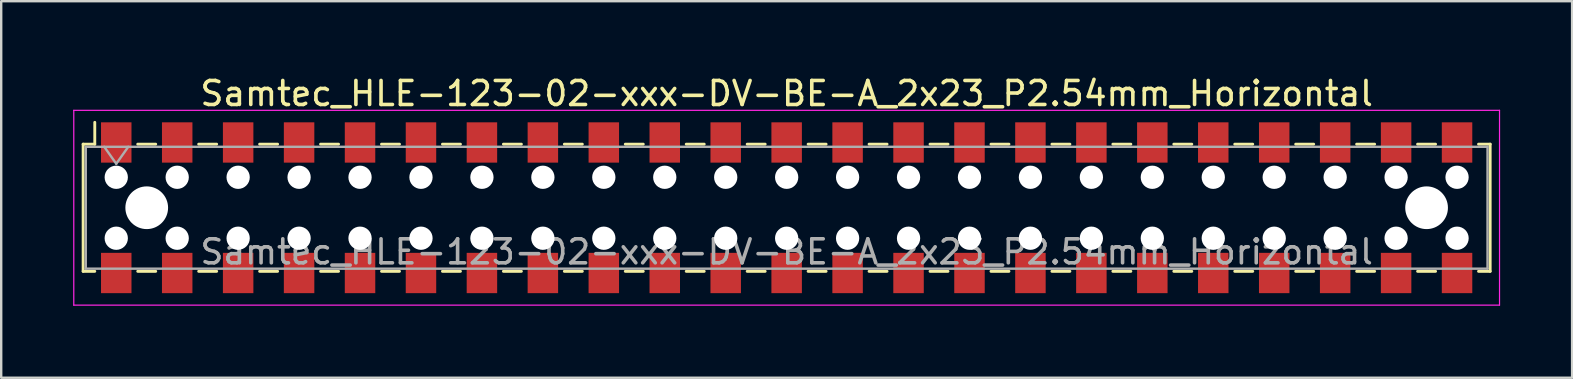
<source format=kicad_pcb>
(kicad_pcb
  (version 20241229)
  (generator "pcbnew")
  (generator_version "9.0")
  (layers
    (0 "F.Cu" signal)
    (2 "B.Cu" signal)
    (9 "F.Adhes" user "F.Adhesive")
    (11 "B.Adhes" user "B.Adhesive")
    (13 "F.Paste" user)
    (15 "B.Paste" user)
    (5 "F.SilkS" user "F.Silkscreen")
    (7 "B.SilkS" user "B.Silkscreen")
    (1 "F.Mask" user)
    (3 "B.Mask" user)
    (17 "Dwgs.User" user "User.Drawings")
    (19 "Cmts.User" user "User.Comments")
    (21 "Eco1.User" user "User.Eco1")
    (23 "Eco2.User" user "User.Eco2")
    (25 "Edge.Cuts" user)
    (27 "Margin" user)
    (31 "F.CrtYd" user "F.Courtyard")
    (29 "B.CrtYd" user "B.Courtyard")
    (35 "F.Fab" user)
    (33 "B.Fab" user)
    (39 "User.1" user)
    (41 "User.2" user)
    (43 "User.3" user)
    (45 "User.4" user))
  (footprint "Samtec_HLE-123-02-xxx-DV-BE-A_2x23_P2.54mm_Horizontal"
    (layer "F.Cu")
    (at 29.735 5.608)
    (property "Reference" "Samtec_HLE-123-02-xxx-DV-BE-A_2x23_P2.54mm_Horizontal" (at 0 -4.76 0) (layer "F.SilkS") (effects (font (size 1 1) (thickness 0.15))))
    (attr smd)
    (fp_line (start -29.32 -2.65) (end -29.32 2.65) (stroke (width 0.12) (type solid)) (layer "F.SilkS"))
    (fp_line (start -29.32 2.65) (end -28.835 2.65) (stroke (width 0.12) (type solid)) (layer "F.SilkS"))
    (fp_line (start -28.835 -3.56) (end -28.835 -2.65) (stroke (width 0.12) (type solid)) (layer "F.SilkS"))
    (fp_line (start -28.835 -2.65) (end -29.32 -2.65) (stroke (width 0.12) (type solid)) (layer "F.SilkS"))
    (fp_line (start -27.045 -2.65) (end -26.295 -2.65) (stroke (width 0.12) (type solid)) (layer "F.SilkS"))
    (fp_line (start -27.045 2.65) (end -26.295 2.65) (stroke (width 0.12) (type solid)) (layer "F.SilkS"))
    (fp_line (start -24.505 -2.65) (end -23.755 -2.65) (stroke (width 0.12) (type solid)) (layer "F.SilkS"))
    (fp_line (start -24.505 2.65) (end -23.755 2.65) (stroke (width 0.12) (type solid)) (layer "F.SilkS"))
    (fp_line (start -21.965 -2.65) (end -21.215 -2.65) (stroke (width 0.12) (type solid)) (layer "F.SilkS"))
    (fp_line (start -21.965 2.65) (end -21.215 2.65) (stroke (width 0.12) (type solid)) (layer "F.SilkS"))
    (fp_line (start -19.425 -2.65) (end -18.675 -2.65) (stroke (width 0.12) (type solid)) (layer "F.SilkS"))
    (fp_line (start -19.425 2.65) (end -18.675 2.65) (stroke (width 0.12) (type solid)) (layer "F.SilkS"))
    (fp_line (start -16.885 -2.65) (end -16.135 -2.65) (stroke (width 0.12) (type solid)) (layer "F.SilkS"))
    (fp_line (start -16.885 2.65) (end -16.135 2.65) (stroke (width 0.12) (type solid)) (layer "F.SilkS"))
    (fp_line (start -14.345 -2.65) (end -13.595 -2.65) (stroke (width 0.12) (type solid)) (layer "F.SilkS"))
    (fp_line (start -14.345 2.65) (end -13.595 2.65) (stroke (width 0.12) (type solid)) (layer "F.SilkS"))
    (fp_line (start -11.805 -2.65) (end -11.055 -2.65) (stroke (width 0.12) (type solid)) (layer "F.SilkS"))
    (fp_line (start -11.805 2.65) (end -11.055 2.65) (stroke (width 0.12) (type solid)) (layer "F.SilkS"))
    (fp_line (start -9.265 -2.65) (end -8.515 -2.65) (stroke (width 0.12) (type solid)) (layer "F.SilkS"))
    (fp_line (start -9.265 2.65) (end -8.515 2.65) (stroke (width 0.12) (type solid)) (layer "F.SilkS"))
    (fp_line (start -6.725 -2.65) (end -5.975 -2.65) (stroke (width 0.12) (type solid)) (layer "F.SilkS"))
    (fp_line (start -6.725 2.65) (end -5.975 2.65) (stroke (width 0.12) (type solid)) (layer "F.SilkS"))
    (fp_line (start -4.185 -2.65) (end -3.435 -2.65) (stroke (width 0.12) (type solid)) (layer "F.SilkS"))
    (fp_line (start -4.185 2.65) (end -3.435 2.65) (stroke (width 0.12) (type solid)) (layer "F.SilkS"))
    (fp_line (start -1.645 -2.65) (end -0.895 -2.65) (stroke (width 0.12) (type solid)) (layer "F.SilkS"))
    (fp_line (start -1.645 2.65) (end -0.895 2.65) (stroke (width 0.12) (type solid)) (layer "F.SilkS"))
    (fp_line (start 0.895 -2.65) (end 1.645 -2.65) (stroke (width 0.12) (type solid)) (layer "F.SilkS"))
    (fp_line (start 0.895 2.65) (end 1.645 2.65) (stroke (width 0.12) (type solid)) (layer "F.SilkS"))
    (fp_line (start 3.435 -2.65) (end 4.185 -2.65) (stroke (width 0.12) (type solid)) (layer "F.SilkS"))
    (fp_line (start 3.435 2.65) (end 4.185 2.65) (stroke (width 0.12) (type solid)) (layer "F.SilkS"))
    (fp_line (start 5.975 -2.65) (end 6.725 -2.65) (stroke (width 0.12) (type solid)) (layer "F.SilkS"))
    (fp_line (start 5.975 2.65) (end 6.725 2.65) (stroke (width 0.12) (type solid)) (layer "F.SilkS"))
    (fp_line (start 8.515 -2.65) (end 9.265 -2.65) (stroke (width 0.12) (type solid)) (layer "F.SilkS"))
    (fp_line (start 8.515 2.65) (end 9.265 2.65) (stroke (width 0.12) (type solid)) (layer "F.SilkS"))
    (fp_line (start 11.055 -2.65) (end 11.805 -2.65) (stroke (width 0.12) (type solid)) (layer "F.SilkS"))
    (fp_line (start 11.055 2.65) (end 11.805 2.65) (stroke (width 0.12) (type solid)) (layer "F.SilkS"))
    (fp_line (start 13.595 -2.65) (end 14.345 -2.65) (stroke (width 0.12) (type solid)) (layer "F.SilkS"))
    (fp_line (start 13.595 2.65) (end 14.345 2.65) (stroke (width 0.12) (type solid)) (layer "F.SilkS"))
    (fp_line (start 16.135 -2.65) (end 16.885 -2.65) (stroke (width 0.12) (type solid)) (layer "F.SilkS"))
    (fp_line (start 16.135 2.65) (end 16.885 2.65) (stroke (width 0.12) (type solid)) (layer "F.SilkS"))
    (fp_line (start 18.675 -2.65) (end 19.425 -2.65) (stroke (width 0.12) (type solid)) (layer "F.SilkS"))
    (fp_line (start 18.675 2.65) (end 19.425 2.65) (stroke (width 0.12) (type solid)) (layer "F.SilkS"))
    (fp_line (start 21.215 -2.65) (end 21.965 -2.65) (stroke (width 0.12) (type solid)) (layer "F.SilkS"))
    (fp_line (start 21.215 2.65) (end 21.965 2.65) (stroke (width 0.12) (type solid)) (layer "F.SilkS"))
    (fp_line (start 23.755 -2.65) (end 24.505 -2.65) (stroke (width 0.12) (type solid)) (layer "F.SilkS"))
    (fp_line (start 23.755 2.65) (end 24.505 2.65) (stroke (width 0.12) (type solid)) (layer "F.SilkS"))
    (fp_line (start 26.295 -2.65) (end 27.045 -2.65) (stroke (width 0.12) (type solid)) (layer "F.SilkS"))
    (fp_line (start 26.295 2.65) (end 27.045 2.65) (stroke (width 0.12) (type solid)) (layer "F.SilkS"))
    (fp_line (start 28.835 -2.65) (end 29.32 -2.65) (stroke (width 0.12) (type solid)) (layer "F.SilkS"))
    (fp_line (start 29.32 -2.65) (end 29.32 2.65) (stroke (width 0.12) (type solid)) (layer "F.SilkS"))
    (fp_line (start 29.32 2.65) (end 28.835 2.65) (stroke (width 0.12) (type solid)) (layer "F.SilkS"))
    (fp_line (start -29.71 -4.06) (end 29.71 -4.06) (stroke (width 0.05) (type solid)) (layer "F.CrtYd"))
    (fp_line (start -29.71 4.06) (end -29.71 -4.06) (stroke (width 0.05) (type solid)) (layer "F.CrtYd"))
    (fp_line (start 29.71 -4.06) (end 29.71 4.06) (stroke (width 0.05) (type solid)) (layer "F.CrtYd"))
    (fp_line (start 29.71 4.06) (end -29.71 4.06) (stroke (width 0.05) (type solid)) (layer "F.CrtYd"))
    (fp_line (start -29.21 -2.54) (end 29.21 -2.54) (stroke (width 0.1) (type solid)) (layer "F.Fab"))
    (fp_line (start -29.21 2.54) (end -29.21 -2.54) (stroke (width 0.1) (type solid)) (layer "F.Fab"))
    (fp_line (start -28.44 -2.54) (end -27.94 -1.833) (stroke (width 0.1) (type solid)) (layer "F.Fab"))
    (fp_line (start -27.94 -1.833) (end -27.44 -2.54) (stroke (width 0.1) (type solid)) (layer "F.Fab"))
    (fp_line (start 29.21 -2.54) (end 29.21 2.54) (stroke (width 0.1) (type solid)) (layer "F.Fab"))
    (fp_line (start 29.21 2.54) (end -29.21 2.54) (stroke (width 0.1) (type solid)) (layer "F.Fab"))
    (fp_text user "${REFERENCE}" (at 0 1.84 0) (layer "F.Fab") (effects (font (size 1 1) (thickness 0.15))))
    (pad "" np_thru_hole circle (at -27.94 -1.27) (size 0.97 0.97) (drill 0.97) (layers "*.Cu" "*.Mask"))
    (pad "" np_thru_hole circle (at -27.94 1.27) (size 0.97 0.97) (drill 0.97) (layers "*.Cu" "*.Mask"))
    (pad "" np_thru_hole circle (at -26.67 0) (size 1.78 1.78) (drill 1.78) (layers "*.Cu" "*.Mask"))
    (pad "" np_thru_hole circle (at -25.4 -1.27) (size 0.97 0.97) (drill 0.97) (layers "*.Cu" "*.Mask"))
    (pad "" np_thru_hole circle (at -25.4 1.27) (size 0.97 0.97) (drill 0.97) (layers "*.Cu" "*.Mask"))
    (pad "" np_thru_hole circle (at -22.86 -1.27) (size 0.97 0.97) (drill 0.97) (layers "*.Cu" "*.Mask"))
    (pad "" np_thru_hole circle (at -22.86 1.27) (size 0.97 0.97) (drill 0.97) (layers "*.Cu" "*.Mask"))
    (pad "" np_thru_hole circle (at -20.32 -1.27) (size 0.97 0.97) (drill 0.97) (layers "*.Cu" "*.Mask"))
    (pad "" np_thru_hole circle (at -20.32 1.27) (size 0.97 0.97) (drill 0.97) (layers "*.Cu" "*.Mask"))
    (pad "" np_thru_hole circle (at -17.78 -1.27) (size 0.97 0.97) (drill 0.97) (layers "*.Cu" "*.Mask"))
    (pad "" np_thru_hole circle (at -17.78 1.27) (size 0.97 0.97) (drill 0.97) (layers "*.Cu" "*.Mask"))
    (pad "" np_thru_hole circle (at -15.24 -1.27) (size 0.97 0.97) (drill 0.97) (layers "*.Cu" "*.Mask"))
    (pad "" np_thru_hole circle (at -15.24 1.27) (size 0.97 0.97) (drill 0.97) (layers "*.Cu" "*.Mask"))
    (pad "" np_thru_hole circle (at -12.7 -1.27) (size 0.97 0.97) (drill 0.97) (layers "*.Cu" "*.Mask"))
    (pad "" np_thru_hole circle (at -12.7 1.27) (size 0.97 0.97) (drill 0.97) (layers "*.Cu" "*.Mask"))
    (pad "" np_thru_hole circle (at -10.16 -1.27) (size 0.97 0.97) (drill 0.97) (layers "*.Cu" "*.Mask"))
    (pad "" np_thru_hole circle (at -10.16 1.27) (size 0.97 0.97) (drill 0.97) (layers "*.Cu" "*.Mask"))
    (pad "" np_thru_hole circle (at -7.62 -1.27) (size 0.97 0.97) (drill 0.97) (layers "*.Cu" "*.Mask"))
    (pad "" np_thru_hole circle (at -7.62 1.27) (size 0.97 0.97) (drill 0.97) (layers "*.Cu" "*.Mask"))
    (pad "" np_thru_hole circle (at -5.08 -1.27) (size 0.97 0.97) (drill 0.97) (layers "*.Cu" "*.Mask"))
    (pad "" np_thru_hole circle (at -5.08 1.27) (size 0.97 0.97) (drill 0.97) (layers "*.Cu" "*.Mask"))
    (pad "" np_thru_hole circle (at -2.54 -1.27) (size 0.97 0.97) (drill 0.97) (layers "*.Cu" "*.Mask"))
    (pad "" np_thru_hole circle (at -2.54 1.27) (size 0.97 0.97) (drill 0.97) (layers "*.Cu" "*.Mask"))
    (pad "" np_thru_hole circle (at 0 -1.27) (size 0.97 0.97) (drill 0.97) (layers "*.Cu" "*.Mask"))
    (pad "" np_thru_hole circle (at 0 1.27) (size 0.97 0.97) (drill 0.97) (layers "*.Cu" "*.Mask"))
    (pad "" np_thru_hole circle (at 2.54 -1.27) (size 0.97 0.97) (drill 0.97) (layers "*.Cu" "*.Mask"))
    (pad "" np_thru_hole circle (at 2.54 1.27) (size 0.97 0.97) (drill 0.97) (layers "*.Cu" "*.Mask"))
    (pad "" np_thru_hole circle (at 5.08 -1.27) (size 0.97 0.97) (drill 0.97) (layers "*.Cu" "*.Mask"))
    (pad "" np_thru_hole circle (at 5.08 1.27) (size 0.97 0.97) (drill 0.97) (layers "*.Cu" "*.Mask"))
    (pad "" np_thru_hole circle (at 7.62 -1.27) (size 0.97 0.97) (drill 0.97) (layers "*.Cu" "*.Mask"))
    (pad "" np_thru_hole circle (at 7.62 1.27) (size 0.97 0.97) (drill 0.97) (layers "*.Cu" "*.Mask"))
    (pad "" np_thru_hole circle (at 10.16 -1.27) (size 0.97 0.97) (drill 0.97) (layers "*.Cu" "*.Mask"))
    (pad "" np_thru_hole circle (at 10.16 1.27) (size 0.97 0.97) (drill 0.97) (layers "*.Cu" "*.Mask"))
    (pad "" np_thru_hole circle (at 12.7 -1.27) (size 0.97 0.97) (drill 0.97) (layers "*.Cu" "*.Mask"))
    (pad "" np_thru_hole circle (at 12.7 1.27) (size 0.97 0.97) (drill 0.97) (layers "*.Cu" "*.Mask"))
    (pad "" np_thru_hole circle (at 15.24 -1.27) (size 0.97 0.97) (drill 0.97) (layers "*.Cu" "*.Mask"))
    (pad "" np_thru_hole circle (at 15.24 1.27) (size 0.97 0.97) (drill 0.97) (layers "*.Cu" "*.Mask"))
    (pad "" np_thru_hole circle (at 17.78 -1.27) (size 0.97 0.97) (drill 0.97) (layers "*.Cu" "*.Mask"))
    (pad "" np_thru_hole circle (at 17.78 1.27) (size 0.97 0.97) (drill 0.97) (layers "*.Cu" "*.Mask"))
    (pad "" np_thru_hole circle (at 20.32 -1.27) (size 0.97 0.97) (drill 0.97) (layers "*.Cu" "*.Mask"))
    (pad "" np_thru_hole circle (at 20.32 1.27) (size 0.97 0.97) (drill 0.97) (layers "*.Cu" "*.Mask"))
    (pad "" np_thru_hole circle (at 22.86 -1.27) (size 0.97 0.97) (drill 0.97) (layers "*.Cu" "*.Mask"))
    (pad "" np_thru_hole circle (at 22.86 1.27) (size 0.97 0.97) (drill 0.97) (layers "*.Cu" "*.Mask"))
    (pad "" np_thru_hole circle (at 25.4 -1.27) (size 0.97 0.97) (drill 0.97) (layers "*.Cu" "*.Mask"))
    (pad "" np_thru_hole circle (at 25.4 1.27) (size 0.97 0.97) (drill 0.97) (layers "*.Cu" "*.Mask"))
    (pad "" np_thru_hole circle (at 26.67 0) (size 1.78 1.78) (drill 1.78) (layers "*.Cu" "*.Mask"))
    (pad "" np_thru_hole circle (at 27.94 -1.27) (size 0.97 0.97) (drill 0.97) (layers "*.Cu" "*.Mask"))
    (pad "" np_thru_hole circle (at 27.94 1.27) (size 0.97 0.97) (drill 0.97) (layers "*.Cu" "*.Mask"))
    (pad "1" smd rect (at -27.94 -2.72) (size 1.27 1.68) (layers "F.Cu" "F.Mask" "F.Paste"))
    (pad "2" smd rect (at -27.94 2.72) (size 1.27 1.68) (layers "F.Cu" "F.Mask" "F.Paste"))
    (pad "3" smd rect (at -25.4 -2.72) (size 1.27 1.68) (layers "F.Cu" "F.Mask" "F.Paste"))
    (pad "4" smd rect (at -25.4 2.72) (size 1.27 1.68) (layers "F.Cu" "F.Mask" "F.Paste"))
    (pad "5" smd rect (at -22.86 -2.72) (size 1.27 1.68) (layers "F.Cu" "F.Mask" "F.Paste"))
    (pad "6" smd rect (at -22.86 2.72) (size 1.27 1.68) (layers "F.Cu" "F.Mask" "F.Paste"))
    (pad "7" smd rect (at -20.32 -2.72) (size 1.27 1.68) (layers "F.Cu" "F.Mask" "F.Paste"))
    (pad "8" smd rect (at -20.32 2.72) (size 1.27 1.68) (layers "F.Cu" "F.Mask" "F.Paste"))
    (pad "9" smd rect (at -17.78 -2.72) (size 1.27 1.68) (layers "F.Cu" "F.Mask" "F.Paste"))
    (pad "10" smd rect (at -17.78 2.72) (size 1.27 1.68) (layers "F.Cu" "F.Mask" "F.Paste"))
    (pad "11" smd rect (at -15.24 -2.72) (size 1.27 1.68) (layers "F.Cu" "F.Mask" "F.Paste"))
    (pad "12" smd rect (at -15.24 2.72) (size 1.27 1.68) (layers "F.Cu" "F.Mask" "F.Paste"))
    (pad "13" smd rect (at -12.7 -2.72) (size 1.27 1.68) (layers "F.Cu" "F.Mask" "F.Paste"))
    (pad "14" smd rect (at -12.7 2.72) (size 1.27 1.68) (layers "F.Cu" "F.Mask" "F.Paste"))
    (pad "15" smd rect (at -10.16 -2.72) (size 1.27 1.68) (layers "F.Cu" "F.Mask" "F.Paste"))
    (pad "16" smd rect (at -10.16 2.72) (size 1.27 1.68) (layers "F.Cu" "F.Mask" "F.Paste"))
    (pad "17" smd rect (at -7.62 -2.72) (size 1.27 1.68) (layers "F.Cu" "F.Mask" "F.Paste"))
    (pad "18" smd rect (at -7.62 2.72) (size 1.27 1.68) (layers "F.Cu" "F.Mask" "F.Paste"))
    (pad "19" smd rect (at -5.08 -2.72) (size 1.27 1.68) (layers "F.Cu" "F.Mask" "F.Paste"))
    (pad "20" smd rect (at -5.08 2.72) (size 1.27 1.68) (layers "F.Cu" "F.Mask" "F.Paste"))
    (pad "21" smd rect (at -2.54 -2.72) (size 1.27 1.68) (layers "F.Cu" "F.Mask" "F.Paste"))
    (pad "22" smd rect (at -2.54 2.72) (size 1.27 1.68) (layers "F.Cu" "F.Mask" "F.Paste"))
    (pad "23" smd rect (at 0 -2.72) (size 1.27 1.68) (layers "F.Cu" "F.Mask" "F.Paste"))
    (pad "24" smd rect (at 0 2.72) (size 1.27 1.68) (layers "F.Cu" "F.Mask" "F.Paste"))
    (pad "25" smd rect (at 2.54 -2.72) (size 1.27 1.68) (layers "F.Cu" "F.Mask" "F.Paste"))
    (pad "26" smd rect (at 2.54 2.72) (size 1.27 1.68) (layers "F.Cu" "F.Mask" "F.Paste"))
    (pad "27" smd rect (at 5.08 -2.72) (size 1.27 1.68) (layers "F.Cu" "F.Mask" "F.Paste"))
    (pad "28" smd rect (at 5.08 2.72) (size 1.27 1.68) (layers "F.Cu" "F.Mask" "F.Paste"))
    (pad "29" smd rect (at 7.62 -2.72) (size 1.27 1.68) (layers "F.Cu" "F.Mask" "F.Paste"))
    (pad "30" smd rect (at 7.62 2.72) (size 1.27 1.68) (layers "F.Cu" "F.Mask" "F.Paste"))
    (pad "31" smd rect (at 10.16 -2.72) (size 1.27 1.68) (layers "F.Cu" "F.Mask" "F.Paste"))
    (pad "32" smd rect (at 10.16 2.72) (size 1.27 1.68) (layers "F.Cu" "F.Mask" "F.Paste"))
    (pad "33" smd rect (at 12.7 -2.72) (size 1.27 1.68) (layers "F.Cu" "F.Mask" "F.Paste"))
    (pad "34" smd rect (at 12.7 2.72) (size 1.27 1.68) (layers "F.Cu" "F.Mask" "F.Paste"))
    (pad "35" smd rect (at 15.24 -2.72) (size 1.27 1.68) (layers "F.Cu" "F.Mask" "F.Paste"))
    (pad "36" smd rect (at 15.24 2.72) (size 1.27 1.68) (layers "F.Cu" "F.Mask" "F.Paste"))
    (pad "37" smd rect (at 17.78 -2.72) (size 1.27 1.68) (layers "F.Cu" "F.Mask" "F.Paste"))
    (pad "38" smd rect (at 17.78 2.72) (size 1.27 1.68) (layers "F.Cu" "F.Mask" "F.Paste"))
    (pad "39" smd rect (at 20.32 -2.72) (size 1.27 1.68) (layers "F.Cu" "F.Mask" "F.Paste"))
    (pad "40" smd rect (at 20.32 2.72) (size 1.27 1.68) (layers "F.Cu" "F.Mask" "F.Paste"))
    (pad "41" smd rect (at 22.86 -2.72) (size 1.27 1.68) (layers "F.Cu" "F.Mask" "F.Paste"))
    (pad "42" smd rect (at 22.86 2.72) (size 1.27 1.68) (layers "F.Cu" "F.Mask" "F.Paste"))
    (pad "43" smd rect (at 25.4 -2.72) (size 1.27 1.68) (layers "F.Cu" "F.Mask" "F.Paste"))
    (pad "44" smd rect (at 25.4 2.72) (size 1.27 1.68) (layers "F.Cu" "F.Mask" "F.Paste"))
    (pad "45" smd rect (at 27.94 -2.72) (size 1.27 1.68) (layers "F.Cu" "F.Mask" "F.Paste"))
    (pad "46" smd rect (at 27.94 2.72) (size 1.27 1.68) (layers "F.Cu" "F.Mask" "F.Paste")))
  (gr_rect
    (start -3 -3)
    (end 62.47 12.693)
    (stroke (width 0.1) (type default))
    (fill no)
    (layer "Edge.Cuts")))
</source>
